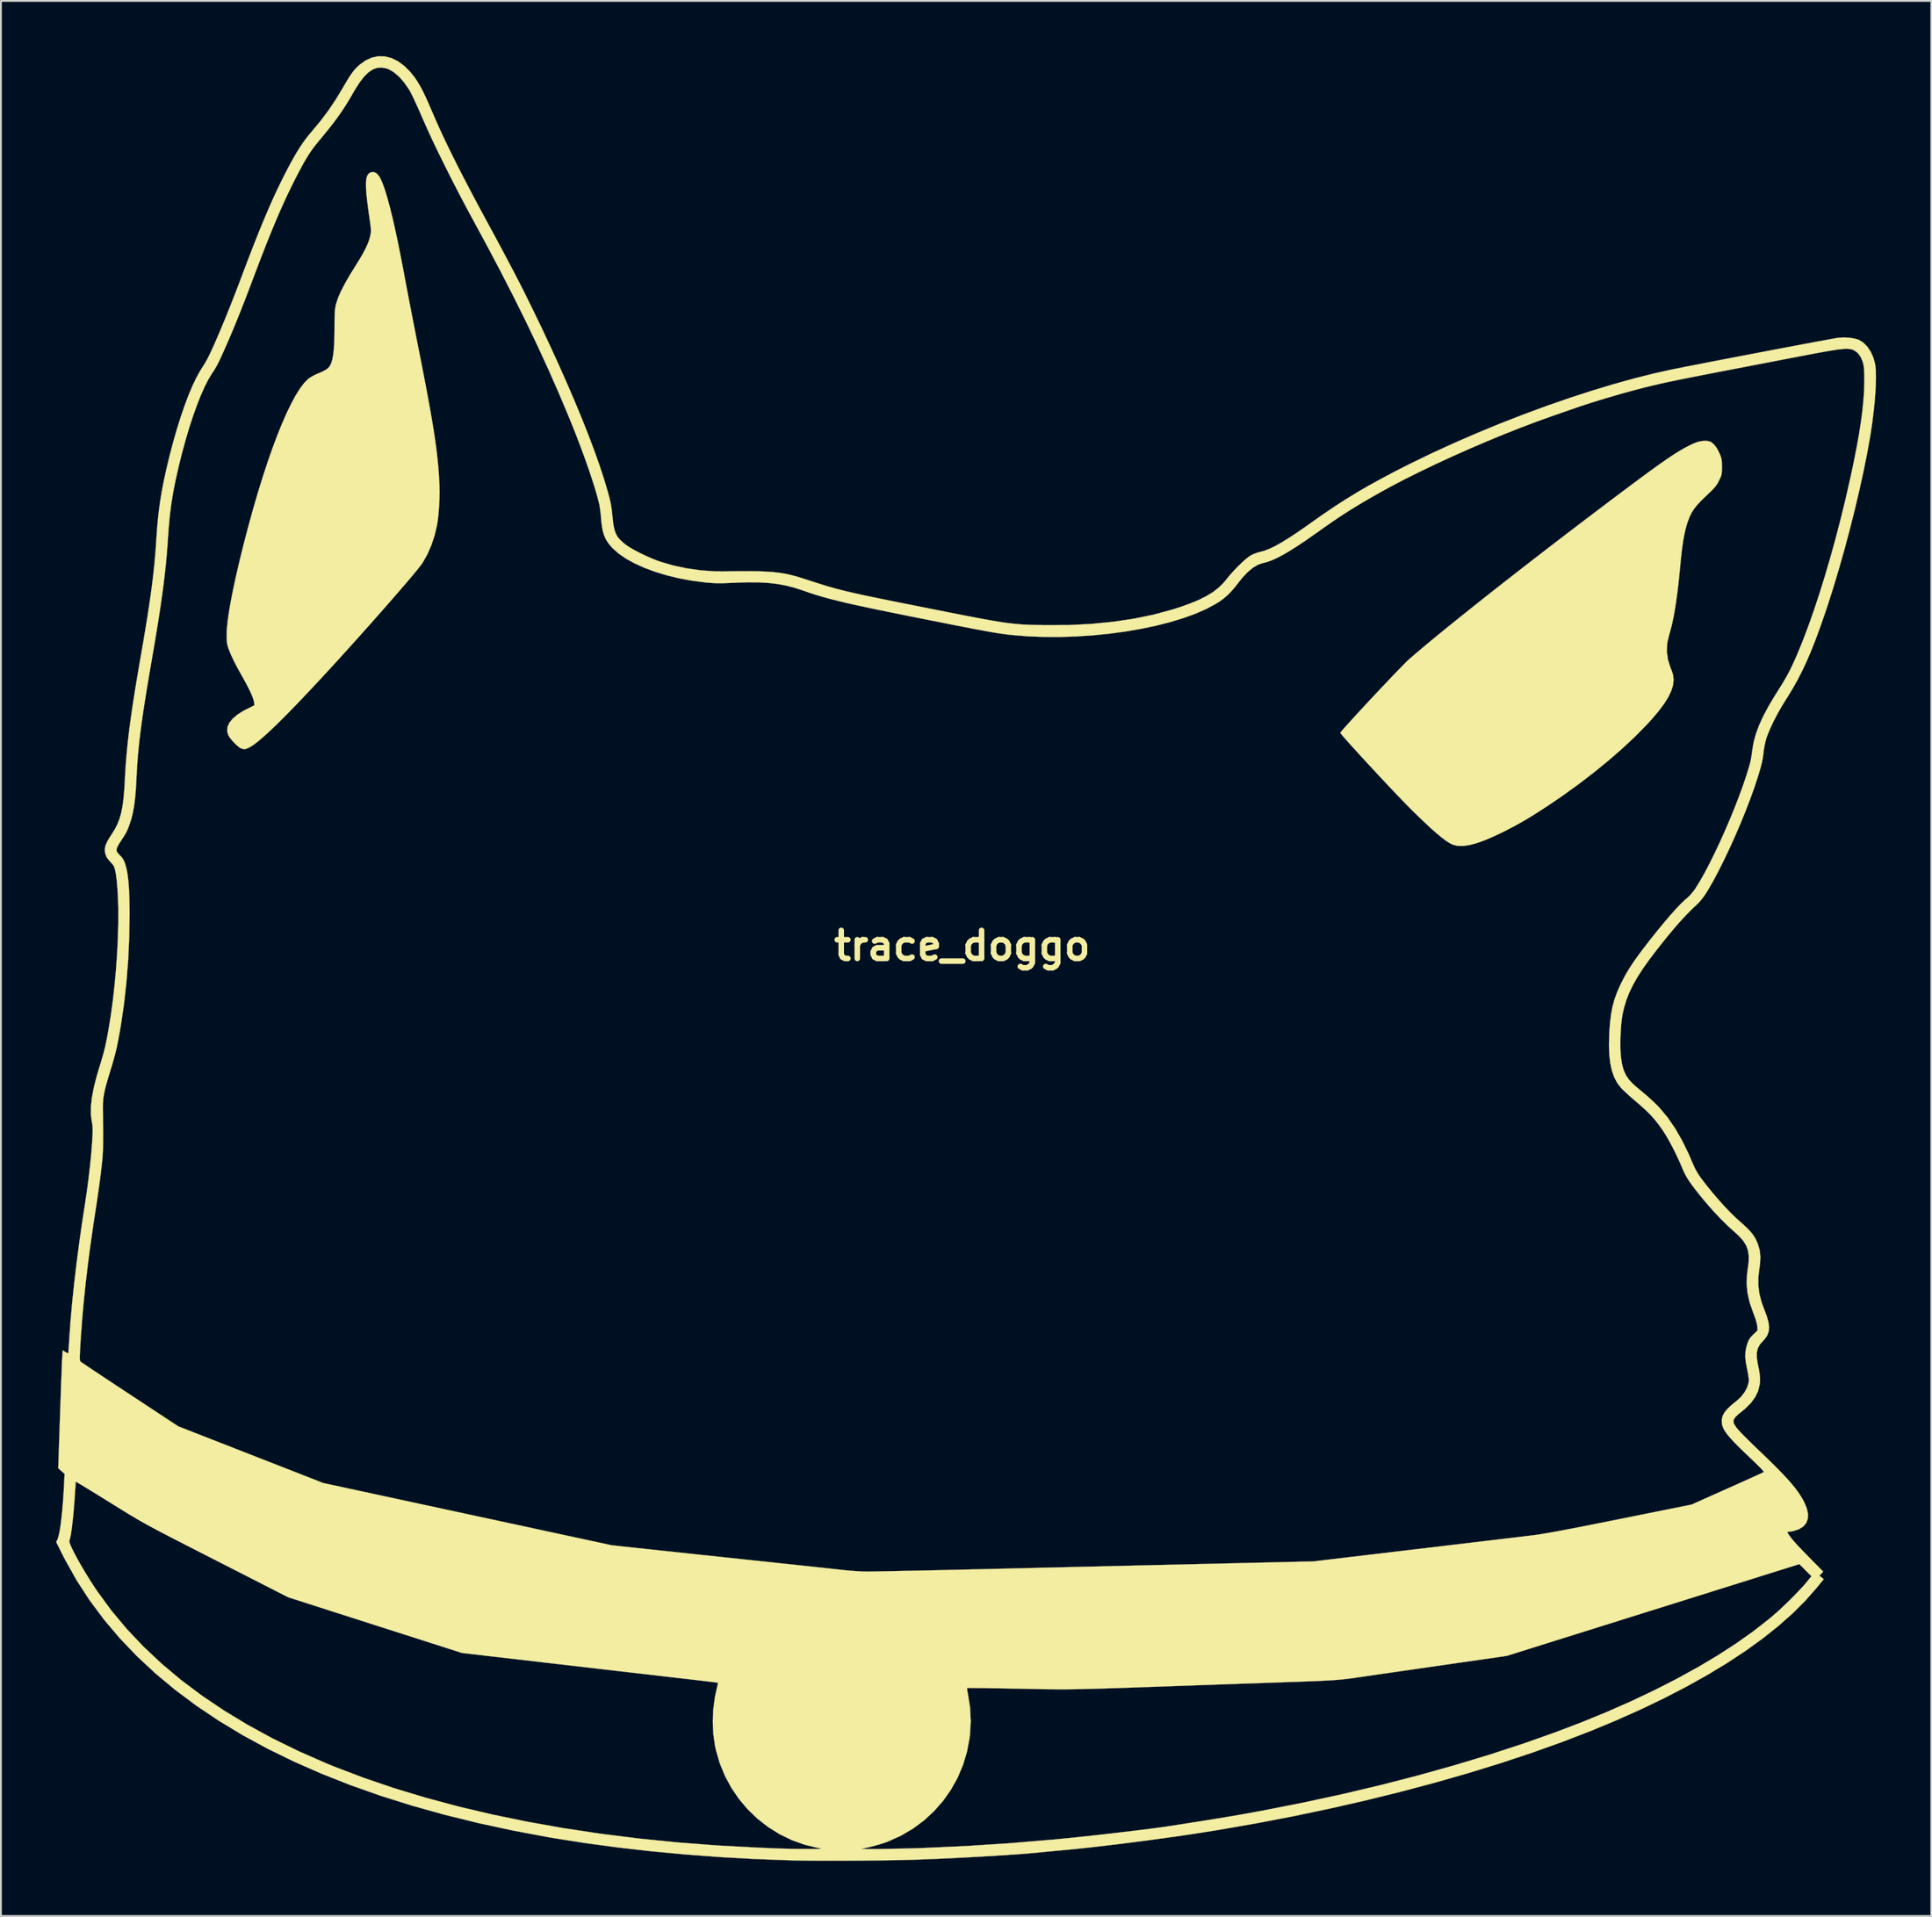
<source format=kicad_pcb>
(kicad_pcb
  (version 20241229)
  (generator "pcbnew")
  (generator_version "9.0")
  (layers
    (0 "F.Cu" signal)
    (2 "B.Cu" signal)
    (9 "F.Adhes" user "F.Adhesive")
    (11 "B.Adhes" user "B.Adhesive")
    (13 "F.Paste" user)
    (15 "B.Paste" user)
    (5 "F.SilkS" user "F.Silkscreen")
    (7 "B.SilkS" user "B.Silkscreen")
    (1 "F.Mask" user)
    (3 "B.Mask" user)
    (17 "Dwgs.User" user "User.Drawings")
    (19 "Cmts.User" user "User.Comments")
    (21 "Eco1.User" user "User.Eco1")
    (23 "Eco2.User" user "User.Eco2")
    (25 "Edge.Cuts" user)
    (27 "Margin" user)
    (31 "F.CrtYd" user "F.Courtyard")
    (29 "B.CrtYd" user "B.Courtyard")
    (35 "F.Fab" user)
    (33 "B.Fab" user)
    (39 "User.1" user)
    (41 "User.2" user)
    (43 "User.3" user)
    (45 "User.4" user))
  (footprint "trace_doggo"
    (layer "F.Cu")
    (at 49.194 48.313)
    (property "Reference" "trace_doggo" (at 0 0 0) (layer "F.SilkS") (effects (font (size 1.524 1.524) (thickness 0.3))))
    (attr through_hole)
    (fp_poly (pts (xy 40.615 -27.38) (xy 40.667 -27.354) (xy 40.831 -27.216) (xy 40.98 -27.014) (xy 41.121 -26.738) (xy 41.132 -26.712) (xy 41.19 -26.569) (xy 41.225 -26.443) (xy 41.244 -26.304) (xy 41.252 -26.124) (xy 41.253 -26.012) (xy 41.251 -25.813) (xy 41.242 -25.67) (xy 41.22 -25.554) (xy 41.177 -25.438) (xy 41.108 -25.292) (xy 41.095 -25.264) (xy 41.028 -25.137) (xy 40.958 -25.025) (xy 40.872 -24.913) (xy 40.76 -24.788) (xy 40.608 -24.636) (xy 40.406 -24.444) (xy 40.382 -24.421) (xy 40.115 -24.162) (xy 39.904 -23.936) (xy 39.739 -23.728) (xy 39.608 -23.521) (xy 39.499 -23.298) (xy 39.401 -23.043) (xy 39.374 -22.966) (xy 39.29 -22.683) (xy 39.215 -22.364) (xy 39.149 -22.001) (xy 39.088 -21.581) (xy 39.032 -21.095) (xy 38.99 -20.659) (xy 38.91 -19.847) (xy 38.824 -19.118) (xy 38.732 -18.47) (xy 38.634 -17.899) (xy 38.528 -17.404) (xy 38.416 -16.984) (xy 38.387 -16.891) (xy 38.281 -16.438) (xy 38.26 -15.987) (xy 38.321 -15.535) (xy 38.467 -15.078) (xy 38.515 -14.966) (xy 38.6 -14.706) (xy 38.627 -14.433) (xy 38.593 -14.144) (xy 38.497 -13.835) (xy 38.337 -13.501) (xy 38.11 -13.139) (xy 37.815 -12.745) (xy 37.451 -12.314) (xy 37.152 -11.988) (xy 36.541 -11.367) (xy 35.861 -10.729) (xy 35.12 -10.083) (xy 34.331 -9.438) (xy 33.504 -8.801) (xy 32.649 -8.182) (xy 31.941 -7.698) (xy 31.476 -7.392) (xy 31.062 -7.128) (xy 30.683 -6.895) (xy 30.321 -6.684) (xy 29.96 -6.485) (xy 29.583 -6.289) (xy 29.376 -6.184) (xy 28.83 -5.924) (xy 28.344 -5.718) (xy 27.913 -5.567) (xy 27.535 -5.468) (xy 27.205 -5.421) (xy 26.919 -5.425) (xy 26.673 -5.478) (xy 26.655 -5.485) (xy 26.488 -5.563) (xy 26.286 -5.691) (xy 26.045 -5.871) (xy 25.762 -6.104) (xy 25.435 -6.393) (xy 25.062 -6.742) (xy 24.639 -7.151) (xy 24.316 -7.47) (xy 24.137 -7.651) (xy 23.924 -7.87) (xy 23.682 -8.122) (xy 23.418 -8.399) (xy 23.138 -8.696) (xy 22.846 -9.007) (xy 22.549 -9.325) (xy 22.252 -9.644) (xy 21.961 -9.959) (xy 21.682 -10.262) (xy 21.42 -10.548) (xy 21.181 -10.811) (xy 20.971 -11.044) (xy 20.796 -11.242) (xy 20.66 -11.397) (xy 20.571 -11.505) (xy 20.533 -11.559) (xy 20.532 -11.562) (xy 20.56 -11.605) (xy 20.641 -11.704) (xy 20.768 -11.85) (xy 20.937 -12.039) (xy 21.14 -12.263) (xy 21.372 -12.517) (xy 21.627 -12.794) (xy 21.899 -13.087) (xy 22.182 -13.391) (xy 22.47 -13.699) (xy 22.757 -14.005) (xy 23.038 -14.301) (xy 23.306 -14.583) (xy 23.555 -14.843) (xy 23.78 -15.075) (xy 23.974 -15.274) (xy 24.131 -15.432) (xy 24.247 -15.542) (xy 24.284 -15.576) (xy 24.724 -15.953) (xy 25.227 -16.377) (xy 25.791 -16.843) (xy 26.411 -17.348) (xy 27.083 -17.89) (xy 27.802 -18.465) (xy 28.564 -19.069) (xy 29.366 -19.699) (xy 30.202 -20.352) (xy 31.068 -21.025) (xy 31.961 -21.713) (xy 32.876 -22.415) (xy 33.808 -23.125) (xy 34.734 -23.827) (xy 35.36 -24.299) (xy 35.923 -24.722) (xy 36.429 -25.1) (xy 36.881 -25.436) (xy 37.285 -25.733) (xy 37.645 -25.994) (xy 37.965 -26.222) (xy 38.252 -26.421) (xy 38.508 -26.594) (xy 38.739 -26.744) (xy 38.949 -26.874) (xy 39.143 -26.987) (xy 39.326 -27.087) (xy 39.502 -27.177) (xy 39.676 -27.26) (xy 39.741 -27.289) (xy 39.978 -27.373) (xy 40.218 -27.417) (xy 40.437 -27.42) (xy 40.615 -27.38)) (stroke (width 0.01) (type solid)) (fill yes) (layer "F.SilkS"))
    (fp_poly (pts (xy -31.817 -41.964) (xy -31.68 -41.824) (xy -31.587 -41.668) (xy -31.47 -41.403) (xy -31.346 -41.055) (xy -31.215 -40.625) (xy -31.076 -40.114) (xy -30.93 -39.523) (xy -30.778 -38.852) (xy -30.619 -38.104) (xy -30.455 -37.278) (xy -30.289 -36.407) (xy -30.224 -36.06) (xy -30.146 -35.645) (xy -30.057 -35.179) (xy -29.96 -34.675) (xy -29.858 -34.15) (xy -29.754 -33.62) (xy -29.652 -33.098) (xy -29.554 -32.601) (xy -29.549 -32.575) (xy -29.381 -31.728) (xy -29.231 -30.956) (xy -29.097 -30.255) (xy -28.978 -29.617) (xy -28.873 -29.036) (xy -28.781 -28.505) (xy -28.701 -28.019) (xy -28.632 -27.57) (xy -28.574 -27.153) (xy -28.524 -26.761) (xy -28.483 -26.387) (xy -28.449 -26.026) (xy -28.421 -25.67) (xy -28.399 -25.313) (xy -28.383 -25.019) (xy -28.376 -24.664) (xy -28.383 -24.265) (xy -28.404 -23.85) (xy -28.436 -23.446) (xy -28.478 -23.079) (xy -28.516 -22.842) (xy -28.644 -22.292) (xy -28.822 -21.757) (xy -29.039 -21.258) (xy -29.289 -20.817) (xy -29.338 -20.743) (xy -29.431 -20.618) (xy -29.577 -20.435) (xy -29.77 -20.2) (xy -30.006 -19.919) (xy -30.281 -19.596) (xy -30.59 -19.238) (xy -30.927 -18.849) (xy -31.29 -18.434) (xy -31.672 -18) (xy -32.069 -17.551) (xy -32.476 -17.093) (xy -32.89 -16.631) (xy -33.305 -16.17) (xy -33.716 -15.715) (xy -34.119 -15.273) (xy -34.441 -14.922) (xy -35.084 -14.228) (xy -35.676 -13.598) (xy -36.216 -13.033) (xy -36.706 -12.531) (xy -37.146 -12.092) (xy -37.538 -11.715) (xy -37.881 -11.4) (xy -38.177 -11.144) (xy -38.427 -10.948) (xy -38.632 -10.811) (xy -38.744 -10.752) (xy -38.868 -10.699) (xy -38.954 -10.678) (xy -39.039 -10.686) (xy -39.143 -10.714) (xy -39.242 -10.768) (xy -39.372 -10.874) (xy -39.516 -11.012) (xy -39.655 -11.165) (xy -39.772 -11.315) (xy -39.849 -11.44) (xy -39.91 -11.661) (xy -39.89 -11.885) (xy -39.789 -12.11) (xy -39.612 -12.332) (xy -39.359 -12.548) (xy -39.033 -12.754) (xy -38.872 -12.838) (xy -38.43 -13.058) (xy -38.45 -13.24) (xy -38.486 -13.387) (xy -38.564 -13.595) (xy -38.681 -13.854) (xy -38.832 -14.155) (xy -39.013 -14.488) (xy -39.106 -14.652) (xy -39.345 -15.081) (xy -39.549 -15.476) (xy -39.713 -15.827) (xy -39.83 -16.122) (xy -39.84 -16.15) (xy -39.886 -16.296) (xy -39.915 -16.43) (xy -39.931 -16.579) (xy -39.936 -16.767) (xy -39.935 -16.954) (xy -39.918 -17.292) (xy -39.873 -17.706) (xy -39.801 -18.193) (xy -39.703 -18.75) (xy -39.58 -19.372) (xy -39.433 -20.056) (xy -39.261 -20.799) (xy -39.066 -21.598) (xy -39.031 -21.738) (xy -38.773 -22.73) (xy -38.511 -23.681) (xy -38.247 -24.589) (xy -37.981 -25.451) (xy -37.715 -26.262) (xy -37.45 -27.02) (xy -37.187 -27.722) (xy -36.928 -28.363) (xy -36.673 -28.942) (xy -36.425 -29.454) (xy -36.185 -29.897) (xy -35.953 -30.266) (xy -35.731 -30.56) (xy -35.521 -30.774) (xy -35.466 -30.817) (xy -35.33 -30.904) (xy -35.148 -31.001) (xy -34.955 -31.088) (xy -34.913 -31.105) (xy -34.725 -31.188) (xy -34.558 -31.278) (xy -34.439 -31.361) (xy -34.424 -31.375) (xy -34.335 -31.486) (xy -34.261 -31.633) (xy -34.202 -31.823) (xy -34.155 -32.064) (xy -34.121 -32.361) (xy -34.097 -32.722) (xy -34.084 -33.155) (xy -34.079 -33.638) (xy -34.078 -33.957) (xy -34.073 -34.207) (xy -34.065 -34.403) (xy -34.051 -34.562) (xy -34.03 -34.698) (xy -34.003 -34.828) (xy -33.993 -34.865) (xy -33.892 -35.176) (xy -33.732 -35.544) (xy -33.514 -35.967) (xy -33.239 -36.444) (xy -32.999 -36.83) (xy -32.754 -37.223) (xy -32.556 -37.56) (xy -32.401 -37.85) (xy -32.284 -38.103) (xy -32.2 -38.328) (xy -32.147 -38.52) (xy -32.124 -38.63) (xy -32.109 -38.727) (xy -32.103 -38.825) (xy -32.108 -38.942) (xy -32.123 -39.094) (xy -32.15 -39.297) (xy -32.188 -39.566) (xy -32.189 -39.571) (xy -32.261 -40.085) (xy -32.315 -40.522) (xy -32.352 -40.889) (xy -32.371 -41.192) (xy -32.372 -41.437) (xy -32.355 -41.629) (xy -32.32 -41.776) (xy -32.266 -41.884) (xy -32.194 -41.958) (xy -32.122 -41.998) (xy -31.965 -42.023) (xy -31.817 -41.964)) (stroke (width 0.01) (type solid)) (fill yes) (layer "F.SilkS"))
    (fp_poly (pts (xy -31.341 -48.298) (xy -30.99 -48.208) (xy -30.643 -48.038) (xy -30.303 -47.791) (xy -29.976 -47.465) (xy -29.76 -47.198) (xy -29.61 -46.982) (xy -29.463 -46.742) (xy -29.313 -46.465) (xy -29.154 -46.141) (xy -28.981 -45.756) (xy -28.828 -45.403) (xy -28.599 -44.871) (xy -28.352 -44.322) (xy -28.085 -43.748) (xy -27.793 -43.144) (xy -27.475 -42.503) (xy -27.126 -41.818) (xy -26.743 -41.083) (xy -26.324 -40.292) (xy -25.865 -39.438) (xy -25.633 -39.01) (xy -25.393 -38.566) (xy -25.144 -38.104) (xy -24.894 -37.636) (xy -24.65 -37.175) (xy -24.418 -36.735) (xy -24.205 -36.327) (xy -24.018 -35.964) (xy -23.863 -35.66) (xy -23.827 -35.589) (xy -23.301 -34.523) (xy -22.792 -33.467) (xy -22.305 -32.426) (xy -21.841 -31.408) (xy -21.403 -30.417) (xy -20.994 -29.46) (xy -20.615 -28.542) (xy -20.27 -27.67) (xy -19.961 -26.85) (xy -19.691 -26.087) (xy -19.461 -25.387) (xy -19.371 -25.089) (xy -19.273 -24.758) (xy -19.198 -24.491) (xy -19.139 -24.268) (xy -19.095 -24.073) (xy -19.06 -23.887) (xy -19.032 -23.693) (xy -19.007 -23.473) (xy -18.985 -23.254) (xy -18.944 -22.911) (xy -18.892 -22.635) (xy -18.82 -22.412) (xy -18.72 -22.224) (xy -18.585 -22.056) (xy -18.407 -21.891) (xy -18.272 -21.783) (xy -18.069 -21.645) (xy -17.805 -21.491) (xy -17.497 -21.33) (xy -17.165 -21.171) (xy -16.828 -21.024) (xy -16.504 -20.897) (xy -16.383 -20.855) (xy -15.69 -20.652) (xy -14.95 -20.495) (xy -14.192 -20.388) (xy -13.442 -20.334) (xy -12.996 -20.329) (xy -12.389 -20.338) (xy -11.857 -20.341) (xy -11.39 -20.34) (xy -10.981 -20.333) (xy -10.618 -20.318) (xy -10.294 -20.296) (xy -9.998 -20.264) (xy -9.722 -20.223) (xy -9.455 -20.171) (xy -9.19 -20.107) (xy -8.915 -20.031) (xy -8.623 -19.941) (xy -8.429 -19.878) (xy -8.124 -19.778) (xy -7.843 -19.688) (xy -7.58 -19.605) (xy -7.327 -19.528) (xy -7.077 -19.456) (xy -6.824 -19.386) (xy -6.561 -19.318) (xy -6.28 -19.248) (xy -5.974 -19.177) (xy -5.638 -19.101) (xy -5.263 -19.02) (xy -4.843 -18.932) (xy -4.37 -18.834) (xy -3.838 -18.726) (xy -3.24 -18.606) (xy -2.569 -18.472) (xy -2.265 -18.412) (xy -1.528 -18.265) (xy -0.869 -18.134) (xy -0.28 -18.018) (xy 0.244 -17.915) (xy 0.71 -17.826) (xy 1.124 -17.748) (xy 1.492 -17.681) (xy 1.82 -17.625) (xy 2.115 -17.577) (xy 2.382 -17.538) (xy 2.628 -17.507) (xy 2.858 -17.482) (xy 3.08 -17.462) (xy 3.3 -17.447) (xy 3.522 -17.436) (xy 3.755 -17.427) (xy 4.003 -17.421) (xy 4.274 -17.416) (xy 4.508 -17.411) (xy 5.772 -17.416) (xy 6.997 -17.477) (xy 8.179 -17.592) (xy 9.312 -17.76) (xy 10.391 -17.982) (xy 11.41 -18.257) (xy 11.853 -18.399) (xy 12.401 -18.597) (xy 12.873 -18.795) (xy 13.278 -18.999) (xy 13.625 -19.214) (xy 13.924 -19.446) (xy 14.183 -19.7) (xy 14.352 -19.904) (xy 14.534 -20.127) (xy 14.743 -20.361) (xy 14.966 -20.594) (xy 15.189 -20.81) (xy 15.397 -20.996) (xy 15.576 -21.137) (xy 15.665 -21.196) (xy 15.836 -21.279) (xy 16.042 -21.353) (xy 16.197 -21.394) (xy 16.424 -21.456) (xy 16.681 -21.556) (xy 16.974 -21.697) (xy 17.307 -21.882) (xy 17.685 -22.113) (xy 18.114 -22.393) (xy 18.597 -22.725) (xy 18.962 -22.984) (xy 19.598 -23.432) (xy 20.211 -23.847) (xy 20.814 -24.237) (xy 21.423 -24.611) (xy 22.052 -24.977) (xy 22.716 -25.344) (xy 23.428 -25.722) (xy 24.204 -26.118) (xy 24.299 -26.165) (xy 25.467 -26.733) (xy 26.675 -27.287) (xy 27.912 -27.826) (xy 29.17 -28.344) (xy 30.437 -28.839) (xy 31.703 -29.306) (xy 32.959 -29.743) (xy 34.195 -30.145) (xy 35.4 -30.509) (xy 36.565 -30.831) (xy 37.679 -31.108) (xy 38.374 -31.262) (xy 38.575 -31.304) (xy 38.842 -31.358) (xy 39.167 -31.422) (xy 39.545 -31.497) (xy 39.968 -31.579) (xy 40.429 -31.669) (xy 40.922 -31.765) (xy 41.44 -31.865) (xy 41.976 -31.968) (xy 42.523 -32.073) (xy 43.075 -32.178) (xy 43.625 -32.283) (xy 44.166 -32.386) (xy 44.691 -32.486) (xy 45.193 -32.581) (xy 45.666 -32.67) (xy 46.104 -32.752) (xy 46.498 -32.825) (xy 46.842 -32.889) (xy 47.13 -32.942) (xy 47.355 -32.982) (xy 47.509 -33.009) (xy 47.584 -33.02) (xy 47.875 -33.035) (xy 48.172 -33.02) (xy 48.448 -32.977) (xy 48.674 -32.91) (xy 48.697 -32.9) (xy 48.934 -32.751) (xy 49.149 -32.532) (xy 49.332 -32.257) (xy 49.474 -31.94) (xy 49.567 -31.595) (xy 49.577 -31.538) (xy 49.605 -31.257) (xy 49.614 -30.904) (xy 49.606 -30.489) (xy 49.582 -30.022) (xy 49.541 -29.514) (xy 49.485 -28.975) (xy 49.414 -28.415) (xy 49.33 -27.845) (xy 49.294 -27.622) (xy 49.129 -26.708) (xy 48.932 -25.733) (xy 48.707 -24.712) (xy 48.459 -23.661) (xy 48.19 -22.596) (xy 47.906 -21.532) (xy 47.61 -20.485) (xy 47.306 -19.471) (xy 46.998 -18.504) (xy 46.819 -17.971) (xy 46.563 -17.241) (xy 46.32 -16.583) (xy 46.083 -15.987) (xy 45.849 -15.441) (xy 45.611 -14.934) (xy 45.366 -14.455) (xy 45.108 -13.994) (xy 44.833 -13.539) (xy 44.708 -13.343) (xy 44.478 -12.97) (xy 44.255 -12.572) (xy 44.047 -12.171) (xy 43.867 -11.786) (xy 43.723 -11.438) (xy 43.672 -11.294) (xy 43.614 -11.09) (xy 43.562 -10.849) (xy 43.524 -10.615) (xy 43.519 -10.574) (xy 43.493 -10.356) (xy 43.465 -10.166) (xy 43.43 -9.984) (xy 43.383 -9.79) (xy 43.321 -9.565) (xy 43.237 -9.288) (xy 43.192 -9.144) (xy 43.002 -8.566) (xy 42.778 -7.946) (xy 42.529 -7.298) (xy 42.258 -6.634) (xy 41.972 -5.969) (xy 41.676 -5.314) (xy 41.377 -4.684) (xy 41.081 -4.09) (xy 40.793 -3.546) (xy 40.518 -3.066) (xy 40.408 -2.886) (xy 40.282 -2.697) (xy 40.142 -2.513) (xy 40.011 -2.359) (xy 39.946 -2.294) (xy 39.644 -2.009) (xy 39.348 -1.71) (xy 39.047 -1.389) (xy 38.735 -1.036) (xy 38.4 -0.639) (xy 38.036 -0.189) (xy 37.703 0.233) (xy 37.298 0.765) (xy 36.953 1.252) (xy 36.662 1.704) (xy 36.421 2.129) (xy 36.224 2.537) (xy 36.066 2.938) (xy 35.943 3.341) (xy 35.852 3.742) (xy 35.807 4.041) (xy 35.772 4.399) (xy 35.748 4.789) (xy 35.737 5.186) (xy 35.739 5.565) (xy 35.754 5.899) (xy 35.768 6.044) (xy 35.828 6.431) (xy 35.915 6.753) (xy 36.039 7.03) (xy 36.209 7.278) (xy 36.434 7.516) (xy 36.614 7.674) (xy 36.923 7.932) (xy 37.176 8.148) (xy 37.385 8.333) (xy 37.563 8.499) (xy 37.722 8.654) (xy 37.872 8.811) (xy 37.879 8.82) (xy 38.302 9.326) (xy 38.705 9.911) (xy 39.087 10.573) (xy 39.445 11.306) (xy 39.643 11.769) (xy 39.785 12.085) (xy 39.937 12.359) (xy 40.124 12.632) (xy 40.143 12.658) (xy 40.439 13.041) (xy 40.756 13.43) (xy 41.083 13.811) (xy 41.406 14.17) (xy 41.714 14.493) (xy 41.994 14.765) (xy 42.113 14.872) (xy 42.389 15.118) (xy 42.609 15.324) (xy 42.78 15.502) (xy 42.915 15.663) (xy 43.021 15.819) (xy 43.11 15.983) (xy 43.19 16.166) (xy 43.199 16.188) (xy 43.3 16.529) (xy 43.34 16.891) (xy 43.319 17.291) (xy 43.291 17.481) (xy 43.229 17.985) (xy 43.227 18.455) (xy 43.287 18.913) (xy 43.411 19.381) (xy 43.555 19.768) (xy 43.695 20.139) (xy 43.78 20.454) (xy 43.812 20.724) (xy 43.788 20.957) (xy 43.71 21.165) (xy 43.577 21.357) (xy 43.488 21.452) (xy 43.316 21.649) (xy 43.204 21.852) (xy 43.147 22.077) (xy 43.143 22.34) (xy 43.187 22.656) (xy 43.204 22.741) (xy 43.266 23.047) (xy 43.304 23.292) (xy 43.321 23.496) (xy 43.318 23.68) (xy 43.303 23.823) (xy 43.219 24.172) (xy 43.062 24.504) (xy 42.83 24.823) (xy 42.519 25.134) (xy 42.342 25.282) (xy 42.129 25.456) (xy 41.983 25.597) (xy 41.899 25.718) (xy 41.873 25.831) (xy 41.901 25.949) (xy 41.98 26.086) (xy 42.056 26.193) (xy 42.132 26.282) (xy 42.261 26.421) (xy 42.434 26.599) (xy 42.643 26.809) (xy 42.878 27.041) (xy 43.131 27.287) (xy 43.316 27.464) (xy 43.76 27.891) (xy 44.145 28.269) (xy 44.477 28.606) (xy 44.76 28.907) (xy 45.002 29.179) (xy 45.207 29.428) (xy 45.381 29.661) (xy 45.529 29.884) (xy 45.658 30.103) (xy 45.719 30.218) (xy 45.86 30.552) (xy 45.924 30.854) (xy 45.913 31.121) (xy 45.828 31.35) (xy 45.671 31.538) (xy 45.442 31.683) (xy 45.144 31.782) (xy 44.99 31.81) (xy 44.79 31.84) (xy 44.861 31.954) (xy 44.947 32.079) (xy 45.057 32.221) (xy 45.199 32.388) (xy 45.38 32.587) (xy 45.607 32.827) (xy 45.885 33.113) (xy 46.011 33.241) (xy 46.752 33.992) (xy 46.649 34.102) (xy 46.545 34.213) (xy 46.779 34.399) (xy 46.383 34.884) (xy 45.776 35.575) (xy 45.086 36.262) (xy 44.315 36.944) (xy 43.466 37.621) (xy 42.539 38.29) (xy 41.537 38.951) (xy 40.462 39.602) (xy 39.316 40.242) (xy 38.1 40.871) (xy 36.817 41.486) (xy 35.468 42.087) (xy 34.142 42.638) (xy 32.584 43.239) (xy 30.949 43.824) (xy 29.244 44.389) (xy 27.477 44.934) (xy 25.653 45.456) (xy 23.78 45.954) (xy 21.864 46.426) (xy 19.912 46.87) (xy 17.931 47.285) (xy 15.928 47.669) (xy 13.909 48.02) (xy 12.933 48.176) (xy 12.269 48.277) (xy 11.558 48.381) (xy 10.816 48.485) (xy 10.055 48.588) (xy 9.291 48.687) (xy 8.538 48.782) (xy 7.809 48.87) (xy 7.118 48.95) (xy 6.481 49.019) (xy 5.91 49.077) (xy 5.821 49.085) (xy 5.473 49.118) (xy 5.115 49.151) (xy 4.769 49.184) (xy 4.453 49.215) (xy 4.186 49.241) (xy 4.022 49.257) (xy 3.703 49.286) (xy 3.31 49.318) (xy 2.854 49.351) (xy 2.347 49.386) (xy 1.799 49.421) (xy 1.22 49.455) (xy 0.623 49.489) (xy 0.018 49.521) (xy -0.584 49.552) (xy -1.172 49.579) (xy -1.736 49.604) (xy -2.264 49.624) (xy -2.582 49.635) (xy -3.034 49.648) (xy -3.545 49.659) (xy -4.103 49.668) (xy -4.695 49.676) (xy -5.308 49.683) (xy -5.931 49.687) (xy -6.55 49.69) (xy -7.152 49.691) (xy -7.725 49.69) (xy -8.256 49.687) (xy -8.732 49.681) (xy -9.141 49.674) (xy -9.271 49.671) (xy -11.191 49.601) (xy -13.106 49.494) (xy -15.004 49.353) (xy -16.873 49.178) (xy -18.701 48.97) (xy -20.475 48.731) (xy -22.183 48.462) (xy -22.394 48.426) (xy -24.363 48.058) (xy -26.266 47.647) (xy -28.103 47.194) (xy -29.875 46.699) (xy -31.579 46.163) (xy -33.216 45.585) (xy -34.784 44.966) (xy -36.284 44.306) (xy -37.715 43.607) (xy -39.076 42.867) (xy -40.366 42.087) (xy -41.585 41.269) (xy -42.733 40.411) (xy -43.808 39.515) (xy -44.81 38.581) (xy -45.739 37.609) (xy -46.594 36.599) (xy -47.374 35.552) (xy -48.078 34.469) (xy -48.707 33.348) (xy -48.835 33.097) (xy -49.189 32.391) (xy -49.155 32.312) (xy -48.479 32.312) (xy -48.476 32.384) (xy -48.431 32.517) (xy -48.349 32.705) (xy -48.234 32.938) (xy -48.092 33.207) (xy -47.927 33.505) (xy -47.743 33.823) (xy -47.545 34.153) (xy -47.338 34.486) (xy -47.127 34.813) (xy -46.956 35.067) (xy -46.2 36.1) (xy -45.368 37.097) (xy -44.46 38.058) (xy -43.477 38.983) (xy -42.419 39.871) (xy -41.287 40.721) (xy -40.082 41.534) (xy -38.804 42.308) (xy -37.454 43.044) (xy -36.033 43.74) (xy -34.541 44.397) (xy -34.099 44.578) (xy -32.516 45.182) (xy -30.862 45.746) (xy -29.139 46.267) (xy -27.353 46.747) (xy -25.504 47.183) (xy -23.598 47.575) (xy -21.637 47.924) (xy -19.625 48.227) (xy -17.564 48.485) (xy -15.458 48.697) (xy -13.311 48.862) (xy -11.134 48.979) (xy -10.72 48.997) (xy -10.377 49.011) (xy -10.091 49.022) (xy -9.85 49.031) (xy -9.639 49.038) (xy -9.444 49.042) (xy -9.253 49.046) (xy -9.052 49.048) (xy -8.826 49.05) (xy -8.564 49.051) (xy -8.467 49.051) (xy -8.162 49.052) (xy -7.936 49.052) (xy -7.78 49.051) (xy -7.689 49.047) (xy -7.671 49.043) (xy -5.471 49.043) (xy -5.426 49.05) (xy -5.311 49.054) (xy -5.135 49.057) (xy -4.905 49.057) (xy -4.629 49.056) (xy -4.315 49.052) (xy -3.971 49.047) (xy -3.604 49.04) (xy -3.222 49.032) (xy -2.833 49.022) (xy -2.444 49.011) (xy -2.159 49.002) (xy 0.19 48.896) (xy 2.598 48.74) (xy 5.04 48.535) (xy 5.495 48.491) (xy 5.996 48.441) (xy 6.532 48.384) (xy 7.09 48.324) (xy 7.661 48.26) (xy 8.233 48.195) (xy 8.794 48.129) (xy 9.333 48.064) (xy 9.84 48.002) (xy 10.303 47.943) (xy 10.711 47.889) (xy 11.052 47.841) (xy 11.218 47.816) (xy 11.89 47.712) (xy 12.488 47.618) (xy 13.022 47.534) (xy 13.501 47.457) (xy 13.935 47.387) (xy 14.335 47.321) (xy 14.709 47.257) (xy 15.067 47.195) (xy 15.42 47.133) (xy 15.777 47.068) (xy 16.147 47) (xy 16.436 46.946) (xy 18.568 46.525) (xy 20.673 46.069) (xy 22.743 45.578) (xy 24.771 45.055) (xy 26.748 44.501) (xy 28.667 43.921) (xy 30.519 43.314) (xy 32.222 42.711) (xy 33.645 42.168) (xy 35.018 41.605) (xy 36.339 41.022) (xy 37.602 40.423) (xy 38.805 39.809) (xy 39.943 39.183) (xy 41.013 38.546) (xy 42.011 37.9) (xy 42.933 37.247) (xy 43.776 36.591) (xy 44.048 36.363) (xy 44.313 36.129) (xy 44.602 35.86) (xy 44.9 35.572) (xy 45.191 35.28) (xy 45.46 35) (xy 45.693 34.746) (xy 45.845 34.567) (xy 46.113 34.24) (xy 45.785 33.911) (xy 45.458 33.582) (xy 45.219 33.657) (xy 45.122 33.687) (xy 44.955 33.739) (xy 44.73 33.81) (xy 44.459 33.895) (xy 44.152 33.991) (xy 43.82 34.095) (xy 43.561 34.177) (xy 43.336 34.247) (xy 43.038 34.341) (xy 42.672 34.456) (xy 42.245 34.59) (xy 41.765 34.74) (xy 41.239 34.905) (xy 40.672 35.083) (xy 40.072 35.272) (xy 39.445 35.468) (xy 38.799 35.671) (xy 38.14 35.877) (xy 37.475 36.086) (xy 37.063 36.215) (xy 36.402 36.422) (xy 35.747 36.628) (xy 35.103 36.83) (xy 34.478 37.026) (xy 33.877 37.214) (xy 33.307 37.393) (xy 32.774 37.56) (xy 32.286 37.713) (xy 31.848 37.851) (xy 31.467 37.97) (xy 31.149 38.07) (xy 30.902 38.148) (xy 30.776 38.187) (xy 29.57 38.566) (xy 26.331 39.033) (xy 25.776 39.113) (xy 25.215 39.194) (xy 24.657 39.275) (xy 24.113 39.353) (xy 23.594 39.428) (xy 23.109 39.499) (xy 22.67 39.562) (xy 22.286 39.618) (xy 21.968 39.664) (xy 21.78 39.692) (xy 21.535 39.727) (xy 21.316 39.759) (xy 21.114 39.787) (xy 20.924 39.811) (xy 20.739 39.833) (xy 20.55 39.852) (xy 20.351 39.869) (xy 20.135 39.885) (xy 19.894 39.9) (xy 19.622 39.915) (xy 19.312 39.929) (xy 18.955 39.944) (xy 18.546 39.959) (xy 18.076 39.976) (xy 17.539 39.995) (xy 16.928 40.016) (xy 16.637 40.026) (xy 16.154 40.043) (xy 15.624 40.061) (xy 15.069 40.08) (xy 14.51 40.1) (xy 13.969 40.119) (xy 13.469 40.136) (xy 13.03 40.152) (xy 13.018 40.152) (xy 12.117 40.185) (xy 11.296 40.214) (xy 10.549 40.24) (xy 9.87 40.264) (xy 9.256 40.286) (xy 8.699 40.304) (xy 8.196 40.321) (xy 7.74 40.335) (xy 7.327 40.347) (xy 6.952 40.357) (xy 6.608 40.365) (xy 6.291 40.371) (xy 5.996 40.376) (xy 5.717 40.379) (xy 5.449 40.38) (xy 5.186 40.38) (xy 4.924 40.378) (xy 4.658 40.376) (xy 4.381 40.372) (xy 4.089 40.367) (xy 3.777 40.361) (xy 3.438 40.355) (xy 3.069 40.348) (xy 3.058 40.347) (xy 2.582 40.338) (xy 2.131 40.33) (xy 1.712 40.324) (xy 1.333 40.318) (xy 1 40.314) (xy 0.721 40.312) (xy 0.503 40.311) (xy 0.352 40.311) (xy 0.276 40.314) (xy 0.269 40.315) (xy 0.266 40.364) (xy 0.28 40.473) (xy 0.308 40.621) (xy 0.313 40.647) (xy 0.428 41.376) (xy 0.464 42.123) (xy 0.42 42.876) (xy 0.402 43.019) (xy 0.261 43.771) (xy 0.043 44.494) (xy -0.248 45.183) (xy -0.61 45.833) (xy -1.037 46.44) (xy -1.526 46.998) (xy -2.073 47.502) (xy -2.675 47.949) (xy -3.327 48.332) (xy -4.026 48.647) (xy -4.065 48.663) (xy -4.273 48.735) (xy -4.525 48.813) (xy -4.795 48.889) (xy -5.059 48.956) (xy -5.29 49.008) (xy -5.44 49.034) (xy -5.471 49.043) (xy -7.671 49.043) (xy -7.655 49.04) (xy -7.672 49.03) (xy -7.733 49.016) (xy -7.823 48.999) (xy -8.552 48.823) (xy -9.251 48.572) (xy -9.914 48.25) (xy -10.537 47.861) (xy -11.115 47.41) (xy -11.643 46.902) (xy -12.117 46.342) (xy -12.532 45.734) (xy -12.882 45.082) (xy -13.165 44.392) (xy -13.374 43.668) (xy -13.421 43.446) (xy -13.512 42.808) (xy -13.542 42.137) (xy -13.512 41.459) (xy -13.424 40.8) (xy -13.353 40.467) (xy -13.311 40.288) (xy -13.28 40.143) (xy -13.262 40.05) (xy -13.26 40.024) (xy -13.303 40.018) (xy -13.422 40.002) (xy -13.608 39.979) (xy -13.852 39.95) (xy -14.147 39.914) (xy -14.483 39.875) (xy -14.853 39.832) (xy -15.155 39.797) (xy -15.451 39.763) (xy -15.822 39.72) (xy -16.262 39.669) (xy -16.761 39.611) (xy -17.313 39.548) (xy -17.909 39.479) (xy -18.54 39.406) (xy -19.2 39.329) (xy -19.879 39.251) (xy -20.571 39.171) (xy -21.266 39.09) (xy -21.957 39.01) (xy -22.098 38.994) (xy -27.157 38.408) (xy -31.877 36.896) (xy -36.597 35.383) (xy -37.656 34.842) (xy -37.986 34.673) (xy -38.368 34.478) (xy -38.779 34.268) (xy -39.196 34.055) (xy -39.596 33.851) (xy -39.92 33.685) (xy -40.591 33.343) (xy -41.191 33.037) (xy -41.727 32.763) (xy -42.204 32.519) (xy -42.629 32.301) (xy -43.005 32.107) (xy -43.34 31.933) (xy -43.638 31.777) (xy -43.905 31.635) (xy -44.146 31.505) (xy -44.368 31.383) (xy -44.575 31.266) (xy -44.774 31.152) (xy -44.969 31.037) (xy -45.167 30.919) (xy -45.372 30.794) (xy -45.591 30.659) (xy -45.829 30.512) (xy -46.092 30.349) (xy -46.27 30.238) (xy -46.627 30.017) (xy -46.961 29.81) (xy -47.267 29.622) (xy -47.536 29.457) (xy -47.763 29.319) (xy -47.941 29.211) (xy -48.062 29.139) (xy -48.121 29.107) (xy -48.125 29.105) (xy -48.132 29.149) (xy -48.142 29.263) (xy -48.155 29.432) (xy -48.169 29.643) (xy -48.178 29.788) (xy -48.206 30.204) (xy -48.238 30.61) (xy -48.274 30.997) (xy -48.312 31.353) (xy -48.352 31.67) (xy -48.391 31.937) (xy -48.43 32.143) (xy -48.466 32.279) (xy -48.479 32.312) (xy -49.155 32.312) (xy -49.11 32.208) (xy -49.059 32.049) (xy -49.008 31.814) (xy -48.959 31.508) (xy -48.912 31.14) (xy -48.868 30.718) (xy -48.827 30.248) (xy -48.792 29.739) (xy -48.772 29.379) (xy -48.736 28.681) (xy -48.908 28.528) (xy -49.081 28.374) (xy -48.986 25.585) (xy -48.969 25.094) (xy -48.953 24.618) (xy -48.937 24.165) (xy -48.921 23.743) (xy -48.907 23.362) (xy -48.894 23.029) (xy -48.883 22.754) (xy -48.874 22.544) (xy -48.868 22.408) (xy -48.866 22.384) (xy -48.865 22.366) (xy -47.914 22.366) (xy -47.911 22.466) (xy -47.902 22.53) (xy -47.887 22.568) (xy -47.876 22.582) (xy -47.832 22.614) (xy -47.722 22.689) (xy -47.553 22.803) (xy -47.331 22.953) (xy -47.06 23.133) (xy -46.747 23.341) (xy -46.397 23.573) (xy -46.016 23.825) (xy -45.609 24.094) (xy -45.191 24.37) (xy -42.566 26.1) (xy -34.692 29.18) (xy -32.851 29.577) (xy -32.427 29.668) (xy -31.995 29.761) (xy -31.569 29.853) (xy -31.163 29.941) (xy -30.792 30.021) (xy -30.47 30.091) (xy -30.211 30.147) (xy -30.141 30.162) (xy -29.95 30.203) (xy -29.686 30.26) (xy -29.358 30.331) (xy -28.975 30.414) (xy -28.547 30.506) (xy -28.083 30.606) (xy -27.594 30.712) (xy -27.087 30.821) (xy -26.573 30.932) (xy -26.331 30.984) (xy -25.766 31.106) (xy -25.164 31.236) (xy -24.541 31.37) (xy -23.911 31.506) (xy -23.29 31.64) (xy -22.692 31.769) (xy -22.133 31.89) (xy -21.628 31.999) (xy -21.209 32.089) (xy -19.029 32.56) (xy -17.103 32.767) (xy -16.669 32.813) (xy -16.237 32.86) (xy -15.798 32.906) (xy -15.346 32.955) (xy -14.874 33.005) (xy -14.376 33.058) (xy -13.843 33.115) (xy -13.27 33.176) (xy -12.649 33.242) (xy -11.973 33.314) (xy -11.235 33.392) (xy -10.429 33.478) (xy -9.547 33.572) (xy -9.335 33.594) (xy -8.884 33.642) (xy -8.436 33.69) (xy -8.002 33.737) (xy -7.594 33.78) (xy -7.224 33.82) (xy -6.902 33.855) (xy -6.64 33.884) (xy -6.449 33.904) (xy -6.435 33.906) (xy -6.146 33.935) (xy -5.836 33.959) (xy -5.535 33.977) (xy -5.276 33.988) (xy -5.207 33.989) (xy -5.098 33.988) (xy -4.91 33.986) (xy -4.649 33.982) (xy -4.32 33.976) (xy -3.93 33.969) (xy -3.484 33.96) (xy -2.987 33.949) (xy -2.445 33.938) (xy -1.865 33.925) (xy -1.251 33.912) (xy -0.61 33.897) (xy 0.053 33.882) (xy 0.699 33.867) (xy 1.48 33.848) (xy 2.312 33.829) (xy 3.184 33.808) (xy 4.081 33.787) (xy 4.993 33.766) (xy 5.905 33.744) (xy 6.807 33.723) (xy 7.684 33.702) (xy 8.524 33.683) (xy 9.316 33.664) (xy 10.045 33.647) (xy 10.583 33.635) (xy 11.245 33.619) (xy 11.918 33.603) (xy 12.594 33.588) (xy 13.262 33.572) (xy 13.914 33.557) (xy 14.54 33.542) (xy 15.131 33.528) (xy 15.678 33.515) (xy 16.172 33.504) (xy 16.604 33.494) (xy 16.963 33.485) (xy 17.081 33.482) (xy 19.071 33.436) (xy 24.575 32.782) (xy 25.266 32.7) (xy 25.946 32.619) (xy 26.608 32.541) (xy 27.247 32.465) (xy 27.856 32.392) (xy 28.429 32.324) (xy 28.961 32.261) (xy 29.445 32.203) (xy 29.875 32.152) (xy 30.246 32.108) (xy 30.55 32.071) (xy 30.784 32.043) (xy 30.939 32.024) (xy 30.946 32.024) (xy 31.136 31.999) (xy 31.359 31.965) (xy 31.62 31.923) (xy 31.925 31.87) (xy 32.277 31.807) (xy 32.681 31.731) (xy 33.144 31.643) (xy 33.669 31.541) (xy 34.262 31.424) (xy 34.928 31.291) (xy 35.671 31.142) (xy 35.708 31.134) (xy 39.603 30.35) (xy 41.55 29.48) (xy 41.931 29.31) (xy 42.289 29.149) (xy 42.616 29.001) (xy 42.905 28.87) (xy 43.148 28.76) (xy 43.337 28.672) (xy 43.466 28.612) (xy 43.526 28.582) (xy 43.53 28.579) (xy 43.51 28.542) (xy 43.437 28.457) (xy 43.32 28.332) (xy 43.165 28.178) (xy 42.984 28.002) (xy 42.938 27.958) (xy 42.565 27.603) (xy 42.25 27.298) (xy 41.989 27.037) (xy 41.777 26.813) (xy 41.608 26.621) (xy 41.479 26.455) (xy 41.383 26.309) (xy 41.316 26.177) (xy 41.273 26.052) (xy 41.249 25.929) (xy 41.247 25.915) (xy 41.245 25.718) (xy 41.292 25.53) (xy 41.394 25.342) (xy 41.556 25.146) (xy 41.785 24.932) (xy 42.039 24.727) (xy 42.281 24.506) (xy 42.478 24.255) (xy 42.622 23.989) (xy 42.701 23.726) (xy 42.714 23.581) (xy 42.705 23.475) (xy 42.681 23.309) (xy 42.645 23.108) (xy 42.605 22.916) (xy 42.544 22.581) (xy 42.519 22.296) (xy 42.533 22.036) (xy 42.584 21.773) (xy 42.635 21.602) (xy 42.701 21.433) (xy 42.789 21.293) (xy 42.919 21.149) (xy 42.954 21.115) (xy 43.187 20.892) (xy 43.17 20.659) (xy 43.139 20.485) (xy 43.071 20.251) (xy 42.968 19.971) (xy 42.947 19.918) (xy 42.757 19.373) (xy 42.64 18.852) (xy 42.594 18.342) (xy 42.618 17.827) (xy 42.65 17.59) (xy 42.702 17.186) (xy 42.709 16.843) (xy 42.666 16.545) (xy 42.568 16.277) (xy 42.41 16.025) (xy 42.187 15.773) (xy 41.942 15.548) (xy 41.573 15.213) (xy 41.181 14.827) (xy 40.787 14.409) (xy 40.411 13.982) (xy 40.294 13.842) (xy 40.021 13.508) (xy 39.798 13.226) (xy 39.616 12.985) (xy 39.468 12.775) (xy 39.348 12.583) (xy 39.246 12.399) (xy 39.157 12.212) (xy 39.095 12.065) (xy 38.939 11.704) (xy 38.762 11.324) (xy 38.573 10.947) (xy 38.383 10.592) (xy 38.203 10.28) (xy 38.07 10.07) (xy 37.841 9.744) (xy 37.615 9.455) (xy 37.375 9.186) (xy 37.103 8.917) (xy 36.783 8.63) (xy 36.649 8.516) (xy 36.432 8.33) (xy 36.222 8.144) (xy 36.034 7.973) (xy 35.881 7.829) (xy 35.78 7.727) (xy 35.574 7.46) (xy 35.407 7.15) (xy 35.28 6.793) (xy 35.19 6.382) (xy 35.137 5.912) (xy 35.119 5.375) (xy 35.135 4.767) (xy 35.138 4.708) (xy 35.176 4.185) (xy 35.232 3.725) (xy 35.311 3.309) (xy 35.417 2.919) (xy 35.556 2.533) (xy 35.733 2.132) (xy 35.77 2.053) (xy 35.922 1.754) (xy 36.086 1.46) (xy 36.27 1.159) (xy 36.482 0.841) (xy 36.729 0.495) (xy 37.018 0.109) (xy 37.356 -0.327) (xy 37.398 -0.381) (xy 37.773 -0.85) (xy 38.125 -1.276) (xy 38.45 -1.657) (xy 38.744 -1.985) (xy 39.002 -2.257) (xy 39.22 -2.468) (xy 39.339 -2.57) (xy 39.541 -2.763) (xy 39.742 -3.009) (xy 39.818 -3.119) (xy 40.057 -3.505) (xy 40.314 -3.96) (xy 40.583 -4.473) (xy 40.86 -5.032) (xy 41.14 -5.626) (xy 41.416 -6.242) (xy 41.686 -6.87) (xy 41.942 -7.497) (xy 42.181 -8.112) (xy 42.396 -8.702) (xy 42.584 -9.257) (xy 42.738 -9.763) (xy 42.796 -9.977) (xy 42.821 -10.091) (xy 42.85 -10.264) (xy 42.881 -10.47) (xy 42.903 -10.64) (xy 42.978 -11.07) (xy 43.1 -11.513) (xy 43.271 -11.976) (xy 43.495 -12.468) (xy 43.777 -12.997) (xy 44.118 -13.57) (xy 44.234 -13.754) (xy 44.457 -14.109) (xy 44.643 -14.416) (xy 44.803 -14.696) (xy 44.947 -14.97) (xy 45.087 -15.26) (xy 45.235 -15.586) (xy 45.361 -15.876) (xy 45.654 -16.592) (xy 45.952 -17.383) (xy 46.254 -18.239) (xy 46.555 -19.151) (xy 46.853 -20.11) (xy 47.145 -21.106) (xy 47.428 -22.13) (xy 47.699 -23.173) (xy 47.956 -24.224) (xy 48.042 -24.596) (xy 48.248 -25.511) (xy 48.426 -26.351) (xy 48.578 -27.124) (xy 48.704 -27.835) (xy 48.806 -28.489) (xy 48.884 -29.094) (xy 48.939 -29.653) (xy 48.973 -30.174) (xy 48.985 -30.663) (xy 48.985 -30.756) (xy 48.983 -31.034) (xy 48.975 -31.246) (xy 48.961 -31.411) (xy 48.94 -31.548) (xy 48.908 -31.676) (xy 48.895 -31.719) (xy 48.777 -31.994) (xy 48.616 -32.204) (xy 48.416 -32.344) (xy 48.302 -32.386) (xy 48.211 -32.405) (xy 48.106 -32.417) (xy 47.981 -32.419) (xy 47.827 -32.41) (xy 47.638 -32.391) (xy 47.406 -32.36) (xy 47.125 -32.315) (xy 46.788 -32.257) (xy 46.386 -32.184) (xy 45.914 -32.095) (xy 45.551 -32.025) (xy 45.078 -31.934) (xy 44.559 -31.834) (xy 44.015 -31.729) (xy 43.468 -31.624) (xy 42.939 -31.522) (xy 42.451 -31.428) (xy 42.023 -31.346) (xy 42.016 -31.345) (xy 41.317 -31.21) (xy 40.695 -31.09) (xy 40.141 -30.982) (xy 39.649 -30.886) (xy 39.211 -30.798) (xy 38.82 -30.719) (xy 38.469 -30.646) (xy 38.152 -30.578) (xy 37.859 -30.513) (xy 37.586 -30.449) (xy 37.323 -30.386) (xy 37.064 -30.322) (xy 36.802 -30.255) (xy 36.53 -30.183) (xy 36.24 -30.105) (xy 36.195 -30.093) (xy 35.838 -29.994) (xy 35.446 -29.881) (xy 35.036 -29.761) (xy 34.626 -29.637) (xy 34.233 -29.516) (xy 33.877 -29.402) (xy 33.574 -29.302) (xy 33.428 -29.252) (xy 33.285 -29.202) (xy 33.078 -29.13) (xy 32.826 -29.042) (xy 32.543 -28.944) (xy 32.248 -28.842) (xy 32.106 -28.793) (xy 31.252 -28.488) (xy 30.357 -28.15) (xy 29.435 -27.785) (xy 28.496 -27.398) (xy 27.555 -26.994) (xy 26.624 -26.58) (xy 25.716 -26.161) (xy 24.843 -25.742) (xy 24.017 -25.33) (xy 23.253 -24.929) (xy 22.775 -24.667) (xy 22.246 -24.368) (xy 21.775 -24.094) (xy 21.344 -23.836) (xy 20.936 -23.582) (xy 20.533 -23.32) (xy 20.118 -23.04) (xy 19.672 -22.73) (xy 19.272 -22.446) (xy 18.735 -22.068) (xy 18.256 -21.745) (xy 17.829 -21.473) (xy 17.45 -21.249) (xy 17.113 -21.071) (xy 16.814 -20.935) (xy 16.546 -20.839) (xy 16.323 -20.783) (xy 16.058 -20.693) (xy 15.78 -20.527) (xy 15.495 -20.289) (xy 15.209 -19.984) (xy 15.065 -19.805) (xy 14.823 -19.495) (xy 14.608 -19.245) (xy 14.407 -19.039) (xy 14.203 -18.863) (xy 13.983 -18.704) (xy 13.77 -18.569) (xy 13.251 -18.29) (xy 12.657 -18.03) (xy 11.996 -17.791) (xy 11.278 -17.573) (xy 10.51 -17.379) (xy 9.7 -17.21) (xy 8.857 -17.065) (xy 7.989 -16.948) (xy 7.104 -16.859) (xy 6.209 -16.799) (xy 5.315 -16.77) (xy 4.428 -16.772) (xy 3.556 -16.807) (xy 2.709 -16.876) (xy 2.54 -16.895) (xy 2.386 -16.913) (xy 2.228 -16.934) (xy 2.06 -16.958) (xy 1.877 -16.986) (xy 1.671 -17.02) (xy 1.438 -17.061) (xy 1.171 -17.109) (xy 0.864 -17.166) (xy 0.511 -17.233) (xy 0.106 -17.312) (xy -0.356 -17.402) (xy -0.883 -17.506) (xy -1.48 -17.625) (xy -2.153 -17.758) (xy -2.266 -17.781) (xy -3.051 -17.938) (xy -3.758 -18.081) (xy -4.395 -18.211) (xy -4.966 -18.33) (xy -5.479 -18.44) (xy -5.939 -18.541) (xy -6.353 -18.635) (xy -6.726 -18.725) (xy -7.065 -18.81) (xy -7.375 -18.892) (xy -7.664 -18.974) (xy -7.936 -19.056) (xy -8.198 -19.14) (xy -8.457 -19.227) (xy -8.669 -19.302) (xy -9.124 -19.45) (xy -9.578 -19.565) (xy -10.046 -19.651) (xy -10.54 -19.707) (xy -11.075 -19.736) (xy -11.664 -19.739) (xy -12.321 -19.717) (xy -12.35 -19.716) (xy -12.688 -19.701) (xy -12.962 -19.691) (xy -13.191 -19.688) (xy -13.396 -19.692) (xy -13.596 -19.702) (xy -13.812 -19.72) (xy -14.044 -19.744) (xy -14.738 -19.837) (xy -15.415 -19.965) (xy -16.066 -20.125) (xy -16.683 -20.313) (xy -17.258 -20.527) (xy -17.782 -20.764) (xy -18.248 -21.021) (xy -18.647 -21.294) (xy -18.971 -21.58) (xy -19.004 -21.614) (xy -19.194 -21.838) (xy -19.34 -22.061) (xy -19.448 -22.303) (xy -19.525 -22.579) (xy -19.578 -22.909) (xy -19.605 -23.195) (xy -19.626 -23.431) (xy -19.654 -23.666) (xy -19.684 -23.871) (xy -19.709 -24.001) (xy -19.807 -24.384) (xy -19.937 -24.834) (xy -20.098 -25.341) (xy -20.284 -25.896) (xy -20.494 -26.49) (xy -20.723 -27.112) (xy -20.969 -27.754) (xy -21.228 -28.406) (xy -21.349 -28.702) (xy -21.895 -29.999) (xy -22.467 -31.299) (xy -23.071 -32.611) (xy -23.709 -33.946) (xy -24.388 -35.311) (xy -25.11 -36.716) (xy -25.881 -38.17) (xy -26.371 -39.074) (xy -26.816 -39.897) (xy -27.249 -40.715) (xy -27.665 -41.52) (xy -28.059 -42.302) (xy -28.428 -43.05) (xy -28.766 -43.757) (xy -29.068 -44.411) (xy -29.33 -45.005) (xy -29.349 -45.049) (xy -29.482 -45.357) (xy -29.616 -45.655) (xy -29.744 -45.931) (xy -29.858 -46.17) (xy -29.953 -46.359) (xy -30.023 -46.484) (xy -30.025 -46.488) (xy -30.3 -46.884) (xy -30.58 -47.204) (xy -30.864 -47.445) (xy -31.147 -47.606) (xy -31.274 -47.651) (xy -31.529 -47.696) (xy -31.773 -47.677) (xy -32.009 -47.589) (xy -32.242 -47.432) (xy -32.475 -47.201) (xy -32.714 -46.893) (xy -32.962 -46.506) (xy -33.039 -46.374) (xy -33.261 -45.991) (xy -33.473 -45.644) (xy -33.686 -45.319) (xy -33.909 -44.999) (xy -34.155 -44.67) (xy -34.433 -44.316) (xy -34.755 -43.922) (xy -34.883 -43.768) (xy -35.073 -43.537) (xy -35.239 -43.321) (xy -35.392 -43.107) (xy -35.539 -42.88) (xy -35.69 -42.627) (xy -35.854 -42.334) (xy -36.039 -41.986) (xy -36.166 -41.741) (xy -36.394 -41.288) (xy -36.619 -40.825) (xy -36.843 -40.342) (xy -37.07 -39.833) (xy -37.303 -39.288) (xy -37.546 -38.699) (xy -37.803 -38.059) (xy -38.075 -37.36) (xy -38.368 -36.593) (xy -38.566 -36.068) (xy -38.914 -35.152) (xy -39.249 -34.299) (xy -39.568 -33.517) (xy -39.869 -32.809) (xy -39.96 -32.603) (xy -40.108 -32.27) (xy -40.229 -32.003) (xy -40.329 -31.788) (xy -40.415 -31.613) (xy -40.493 -31.467) (xy -40.57 -31.335) (xy -40.651 -31.206) (xy -40.74 -31.073) (xy -40.936 -30.748) (xy -41.14 -30.346) (xy -41.348 -29.875) (xy -41.558 -29.343) (xy -41.767 -28.756) (xy -41.973 -28.123) (xy -42.173 -27.451) (xy -42.365 -26.747) (xy -42.546 -26.02) (xy -42.713 -25.276) (xy -42.714 -25.273) (xy -42.843 -24.618) (xy -42.946 -23.982) (xy -43.027 -23.334) (xy -43.089 -22.646) (xy -43.115 -22.267) (xy -43.152 -21.732) (xy -43.194 -21.206) (xy -43.244 -20.678) (xy -43.302 -20.14) (xy -43.369 -19.583) (xy -43.448 -18.996) (xy -43.538 -18.371) (xy -43.641 -17.698) (xy -43.759 -16.968) (xy -43.893 -16.172) (xy -44.005 -15.52) (xy -44.145 -14.708) (xy -44.268 -13.971) (xy -44.376 -13.301) (xy -44.47 -12.689) (xy -44.551 -12.128) (xy -44.62 -11.608) (xy -44.678 -11.122) (xy -44.726 -10.662) (xy -44.766 -10.22) (xy -44.797 -9.787) (xy -44.822 -9.355) (xy -44.833 -9.123) (xy -44.865 -8.545) (xy -44.907 -8.041) (xy -44.962 -7.605) (xy -45.03 -7.226) (xy -45.112 -6.895) (xy -45.164 -6.731) (xy -45.243 -6.504) (xy -45.309 -6.331) (xy -45.375 -6.187) (xy -45.454 -6.045) (xy -45.558 -5.88) (xy -45.645 -5.747) (xy -45.784 -5.532) (xy -45.872 -5.37) (xy -45.915 -5.247) (xy -45.912 -5.147) (xy -45.867 -5.057) (xy -45.782 -4.962) (xy -45.769 -4.949) (xy -45.629 -4.799) (xy -45.529 -4.647) (xy -45.453 -4.464) (xy -45.401 -4.288) (xy -45.344 -4.031) (xy -45.298 -3.731) (xy -45.262 -3.381) (xy -45.235 -2.974) (xy -45.218 -2.501) (xy -45.21 -1.956) (xy -45.209 -1.672) (xy -45.228 -0.456) (xy -45.285 0.769) (xy -45.381 1.981) (xy -45.511 3.161) (xy -45.676 4.288) (xy -45.725 4.572) (xy -45.795 4.965) (xy -45.859 5.297) (xy -45.922 5.59) (xy -45.989 5.868) (xy -46.065 6.152) (xy -46.156 6.466) (xy -46.268 6.832) (xy -46.269 6.837) (xy -46.389 7.232) (xy -46.483 7.562) (xy -46.554 7.842) (xy -46.604 8.085) (xy -46.636 8.307) (xy -46.654 8.522) (xy -46.66 8.745) (xy -46.659 8.848) (xy -46.653 9.358) (xy -46.648 9.794) (xy -46.645 10.165) (xy -46.645 10.482) (xy -46.647 10.753) (xy -46.652 10.989) (xy -46.66 11.199) (xy -46.671 11.395) (xy -46.686 11.585) (xy -46.705 11.78) (xy -46.728 11.989) (xy -46.752 12.192) (xy -46.796 12.549) (xy -46.85 12.953) (xy -46.908 13.372) (xy -46.965 13.77) (xy -47.012 14.079) (xy -47.189 15.235) (xy -47.344 16.322) (xy -47.479 17.353) (xy -47.595 18.34) (xy -47.695 19.297) (xy -47.779 20.235) (xy -47.849 21.168) (xy -47.865 21.411) (xy -47.886 21.753) (xy -47.902 22.019) (xy -47.911 22.22) (xy -47.914 22.366) (xy -48.865 22.366) (xy -48.841 21.972) (xy -48.696 22.061) (xy -48.603 22.113) (xy -48.546 22.136) (xy -48.539 22.135) (xy -48.533 22.09) (xy -48.523 21.973) (xy -48.51 21.798) (xy -48.495 21.577) (xy -48.479 21.323) (xy -48.476 21.273) (xy -48.41 20.347) (xy -48.322 19.351) (xy -48.211 18.297) (xy -48.08 17.195) (xy -47.931 16.058) (xy -47.763 14.895) (xy -47.646 14.139) (xy -47.536 13.403) (xy -47.438 12.668) (xy -47.355 11.954) (xy -47.288 11.28) (xy -47.241 10.668) (xy -47.241 10.665) (xy -47.224 10.376) (xy -47.213 10.154) (xy -47.211 9.982) (xy -47.216 9.841) (xy -47.229 9.715) (xy -47.251 9.585) (xy -47.264 9.522) (xy -47.31 9.149) (xy -47.306 8.721) (xy -47.252 8.237) (xy -47.148 7.692) (xy -46.993 7.084) (xy -46.869 6.668) (xy -46.759 6.312) (xy -46.67 6.008) (xy -46.595 5.733) (xy -46.53 5.464) (xy -46.469 5.178) (xy -46.406 4.853) (xy -46.34 4.487) (xy -46.218 3.736) (xy -46.111 2.936) (xy -46.018 2.101) (xy -45.942 1.25) (xy -45.882 0.399) (xy -45.842 -0.437) (xy -45.821 -1.241) (xy -45.82 -1.997) (xy -45.841 -2.688) (xy -45.843 -2.71) (xy -45.872 -3.174) (xy -45.907 -3.568) (xy -45.95 -3.89) (xy -45.998 -4.136) (xy -46.051 -4.302) (xy -46.063 -4.327) (xy -46.122 -4.41) (xy -46.217 -4.522) (xy -46.293 -4.601) (xy -46.445 -4.793) (xy -46.521 -4.978) (xy -46.55 -5.147) (xy -46.545 -5.31) (xy -46.502 -5.48) (xy -46.414 -5.674) (xy -46.277 -5.905) (xy -46.159 -6.085) (xy -45.998 -6.344) (xy -45.864 -6.611) (xy -45.753 -6.899) (xy -45.663 -7.216) (xy -45.592 -7.576) (xy -45.537 -7.987) (xy -45.495 -8.462) (xy -45.465 -8.995) (xy -45.436 -9.524) (xy -45.399 -10.056) (xy -45.351 -10.6) (xy -45.293 -11.165) (xy -45.222 -11.759) (xy -45.137 -12.39) (xy -45.038 -13.069) (xy -44.924 -13.803) (xy -44.792 -14.601) (xy -44.643 -15.471) (xy -44.62 -15.6) (xy -44.477 -16.427) (xy -44.351 -17.18) (xy -44.239 -17.868) (xy -44.142 -18.501) (xy -44.057 -19.086) (xy -43.984 -19.634) (xy -43.921 -20.153) (xy -43.868 -20.652) (xy -43.823 -21.141) (xy -43.784 -21.627) (xy -43.751 -22.119) (xy -43.703 -22.788) (xy -43.643 -23.414) (xy -43.566 -24.017) (xy -43.47 -24.619) (xy -43.351 -25.239) (xy -43.207 -25.898) (xy -43.047 -26.564) (xy -42.851 -27.315) (xy -42.646 -28.032) (xy -42.435 -28.708) (xy -42.22 -29.336) (xy -42.003 -29.91) (xy -41.787 -30.422) (xy -41.575 -30.866) (xy -41.369 -31.235) (xy -41.306 -31.334) (xy -41.187 -31.522) (xy -41.069 -31.72) (xy -40.971 -31.894) (xy -40.944 -31.946) (xy -40.793 -32.258) (xy -40.618 -32.641) (xy -40.424 -33.087) (xy -40.212 -33.586) (xy -39.988 -34.129) (xy -39.755 -34.709) (xy -39.517 -35.315) (xy -39.276 -35.939) (xy -39.116 -36.364) (xy -38.795 -37.212) (xy -38.496 -37.987) (xy -38.215 -38.695) (xy -37.949 -39.346) (xy -37.696 -39.945) (xy -37.451 -40.502) (xy -37.211 -41.024) (xy -36.973 -41.517) (xy -36.735 -41.99) (xy -36.612 -42.225) (xy -36.363 -42.686) (xy -36.135 -43.082) (xy -35.919 -43.426) (xy -35.707 -43.733) (xy -35.489 -44.015) (xy -35.319 -44.217) (xy -34.848 -44.782) (xy -34.421 -45.349) (xy -34.021 -45.944) (xy -33.628 -46.593) (xy -33.595 -46.651) (xy -33.409 -46.968) (xy -33.251 -47.222) (xy -33.109 -47.426) (xy -32.976 -47.592) (xy -32.84 -47.736) (xy -32.713 -47.851) (xy -32.383 -48.086) (xy -32.041 -48.238) (xy -31.693 -48.308) (xy -31.341 -48.298)) (stroke (width 0.01) (type solid)) (fill yes) (layer "F.SilkS")))
  (gr_rect
    (start -3 -3)
    (end 101.813 101.009)
    (stroke (width 0.1) (type default))
    (fill no)
    (layer "Edge.Cuts")))
</source>
